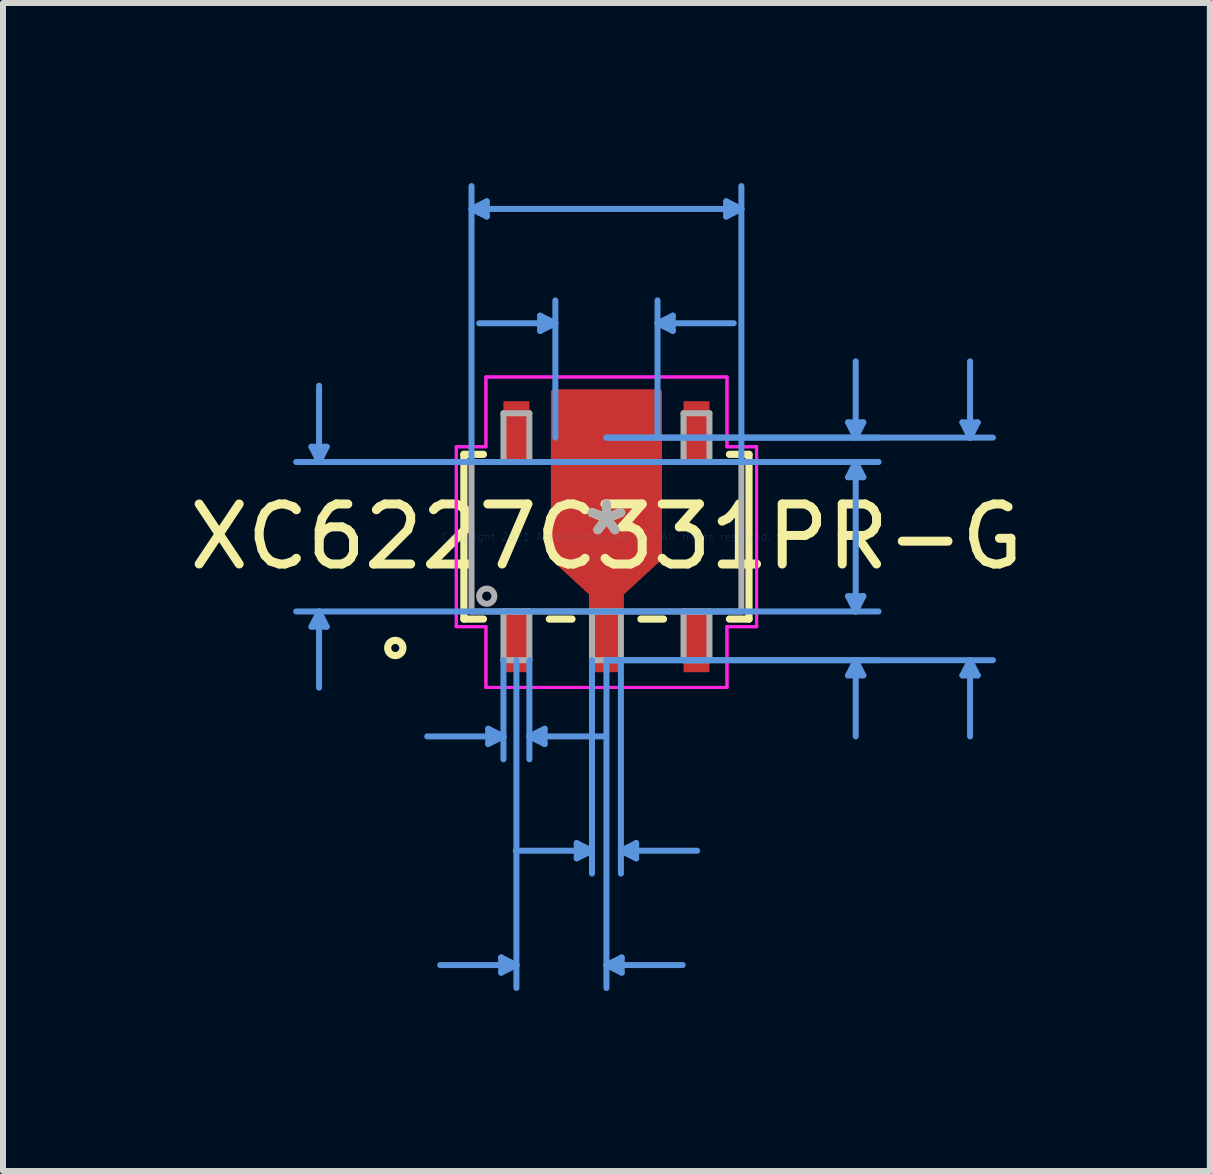
<source format=kicad_pcb>
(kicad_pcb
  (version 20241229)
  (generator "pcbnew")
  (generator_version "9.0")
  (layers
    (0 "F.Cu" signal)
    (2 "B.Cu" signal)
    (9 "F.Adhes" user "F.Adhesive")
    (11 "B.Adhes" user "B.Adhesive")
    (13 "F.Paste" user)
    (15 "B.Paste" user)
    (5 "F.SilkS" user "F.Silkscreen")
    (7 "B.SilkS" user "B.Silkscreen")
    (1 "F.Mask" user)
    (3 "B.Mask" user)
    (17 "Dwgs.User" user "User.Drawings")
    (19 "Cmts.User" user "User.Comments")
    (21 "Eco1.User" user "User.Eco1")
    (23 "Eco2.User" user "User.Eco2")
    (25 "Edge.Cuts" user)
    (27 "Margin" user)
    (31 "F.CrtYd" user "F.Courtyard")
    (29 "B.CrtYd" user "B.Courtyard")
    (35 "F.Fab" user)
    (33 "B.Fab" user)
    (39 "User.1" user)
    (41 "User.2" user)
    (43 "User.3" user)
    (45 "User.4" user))
  (footprint "XC6227C331PR-G"
    (layer "F.Cu")
    (at 7.054 5.892)
    (property "Reference" "XC6227C331PR-G" (at 0 0 0) (layer "F.SilkS") (effects (font (size 1 1) (thickness 0.15))))
    (attr through_hole)
    (fp_poly (pts (xy -0.241 1.245) (xy -0.241 0.94) (xy -0.876 0.355) (xy -0.876 -2.407) (xy -0.241 -2.407) (xy 0.241 -2.407) (xy 0.876 -2.407) (xy 0.876 0.355) (xy 0.241 0.94) (xy 0.241 1.245)) (stroke (width 0.1) (type solid)) (fill yes) (layer "F.Cu"))
    (fp_poly (pts (xy -0.241 1.245) (xy -0.241 0.94) (xy -0.876 0.355) (xy -0.876 -2.407) (xy -0.241 -2.407) (xy 0.241 -2.407) (xy 0.876 -2.407) (xy 0.876 0.355) (xy 0.241 0.94) (xy 0.241 1.245)) (stroke (width 0.1) (type solid)) (fill yes) (layer "F.Mask"))
    (fp_line (start -2.375 -1.372) (end -2.375 1.372) (stroke (width 0.12) (type solid)) (layer "F.SilkS"))
    (fp_line (start -2.375 1.372) (end -2.049 1.372) (stroke (width 0.12) (type solid)) (layer "F.SilkS"))
    (fp_line (start -2.049 -1.372) (end -2.375 -1.372) (stroke (width 0.12) (type solid)) (layer "F.SilkS"))
    (fp_line (start -0.951 1.372) (end -0.574 1.372) (stroke (width 0.12) (type solid)) (layer "F.SilkS"))
    (fp_line (start 0.574 1.372) (end 0.951 1.372) (stroke (width 0.12) (type solid)) (layer "F.SilkS"))
    (fp_line (start 2.049 1.372) (end 2.375 1.372) (stroke (width 0.12) (type solid)) (layer "F.SilkS"))
    (fp_line (start 2.375 -1.372) (end 2.049 -1.372) (stroke (width 0.12) (type solid)) (layer "F.SilkS"))
    (fp_line (start 2.375 1.372) (end 2.375 -1.372) (stroke (width 0.12) (type solid)) (layer "F.SilkS"))
    (fp_circle (center -3.518 1.854) (end -3.391 1.854) (stroke (width 0.12) (type solid)) (fill no) (layer "F.SilkS"))
    (fp_poly (pts (xy -0.241 1.245) (xy -0.241 0.94) (xy -0.876 0.355) (xy -0.876 -2.407) (xy -0.241 -2.407) (xy 0.241 -2.407) (xy 0.876 -2.407) (xy 0.876 0.355) (xy 0.241 0.94) (xy 0.241 1.245)) (stroke (width 0.1) (type solid)) (fill yes) (layer "F.Paste"))
    (fp_line (start -4.915 -1.499) (end -4.661 -1.499) (stroke (width 0.1) (type solid)) (layer "Cmts.User"))
    (fp_line (start -4.915 1.499) (end -4.661 1.499) (stroke (width 0.1) (type solid)) (layer "Cmts.User"))
    (fp_line (start -4.788 -1.245) (end -4.915 -1.499) (stroke (width 0.1) (type solid)) (layer "Cmts.User"))
    (fp_line (start -4.788 -1.245) (end -4.788 -2.515) (stroke (width 0.1) (type solid)) (layer "Cmts.User"))
    (fp_line (start -4.788 -1.245) (end -4.661 -1.499) (stroke (width 0.1) (type solid)) (layer "Cmts.User"))
    (fp_line (start -4.788 1.245) (end -4.915 1.499) (stroke (width 0.1) (type solid)) (layer "Cmts.User"))
    (fp_line (start -4.788 1.245) (end -4.788 2.515) (stroke (width 0.1) (type solid)) (layer "Cmts.User"))
    (fp_line (start -4.788 1.245) (end -4.661 1.499) (stroke (width 0.1) (type solid)) (layer "Cmts.User"))
    (fp_line (start -2.248 -5.461) (end -1.994 -5.588) (stroke (width 0.1) (type solid)) (layer "Cmts.User"))
    (fp_line (start -2.248 -5.461) (end -1.994 -5.334) (stroke (width 0.1) (type solid)) (layer "Cmts.User"))
    (fp_line (start -2.248 -5.461) (end 2.248 -5.461) (stroke (width 0.1) (type solid)) (layer "Cmts.User"))
    (fp_line (start -2.248 -1.245) (end -2.248 -5.842) (stroke (width 0.1) (type solid)) (layer "Cmts.User"))
    (fp_line (start -1.994 -5.588) (end -1.994 -5.334) (stroke (width 0.1) (type solid)) (layer "Cmts.User"))
    (fp_line (start -1.97 3.2) (end -1.97 3.454) (stroke (width 0.1) (type solid)) (layer "Cmts.User"))
    (fp_line (start -1.754 7.01) (end -1.754 7.264) (stroke (width 0.1) (type solid)) (layer "Cmts.User"))
    (fp_line (start -1.716 2.057) (end -1.716 3.708) (stroke (width 0.1) (type solid)) (layer "Cmts.User"))
    (fp_line (start -1.716 3.327) (end -2.986 3.327) (stroke (width 0.1) (type solid)) (layer "Cmts.User"))
    (fp_line (start -1.716 3.327) (end -1.97 3.2) (stroke (width 0.1) (type solid)) (layer "Cmts.User"))
    (fp_line (start -1.716 3.327) (end -1.97 3.454) (stroke (width 0.1) (type solid)) (layer "Cmts.User"))
    (fp_line (start -1.5 2.057) (end -1.5 7.518) (stroke (width 0.1) (type solid)) (layer "Cmts.User"))
    (fp_line (start -1.5 7.137) (end -2.77 7.137) (stroke (width 0.1) (type solid)) (layer "Cmts.User"))
    (fp_line (start -1.5 7.137) (end -1.754 7.01) (stroke (width 0.1) (type solid)) (layer "Cmts.User"))
    (fp_line (start -1.5 7.137) (end -1.754 7.264) (stroke (width 0.1) (type solid)) (layer "Cmts.User"))
    (fp_line (start -1.284 2.057) (end -1.284 3.708) (stroke (width 0.1) (type solid)) (layer "Cmts.User"))
    (fp_line (start -1.284 3.327) (end -1.03 3.2) (stroke (width 0.1) (type solid)) (layer "Cmts.User"))
    (fp_line (start -1.284 3.327) (end -1.03 3.454) (stroke (width 0.1) (type solid)) (layer "Cmts.User"))
    (fp_line (start -1.284 3.327) (end -0.014 3.327) (stroke (width 0.1) (type solid)) (layer "Cmts.User"))
    (fp_line (start -1.105 -3.683) (end -1.105 -3.429) (stroke (width 0.1) (type solid)) (layer "Cmts.User"))
    (fp_line (start -1.03 3.2) (end -1.03 3.454) (stroke (width 0.1) (type solid)) (layer "Cmts.User"))
    (fp_line (start -0.851 -3.556) (end -2.121 -3.556) (stroke (width 0.1) (type solid)) (layer "Cmts.User"))
    (fp_line (start -0.851 -3.556) (end -1.105 -3.683) (stroke (width 0.1) (type solid)) (layer "Cmts.User"))
    (fp_line (start -0.851 -3.556) (end -1.105 -3.429) (stroke (width 0.1) (type solid)) (layer "Cmts.User"))
    (fp_line (start -0.851 -1.651) (end -0.851 -3.937) (stroke (width 0.1) (type solid)) (layer "Cmts.User"))
    (fp_line (start -0.495 5.105) (end -0.495 5.359) (stroke (width 0.1) (type solid)) (layer "Cmts.User"))
    (fp_line (start -0.241 2.057) (end -0.241 5.613) (stroke (width 0.1) (type solid)) (layer "Cmts.User"))
    (fp_line (start -0.241 5.232) (end -1.511 5.232) (stroke (width 0.1) (type solid)) (layer "Cmts.User"))
    (fp_line (start -0.241 5.232) (end -0.495 5.105) (stroke (width 0.1) (type solid)) (layer "Cmts.User"))
    (fp_line (start -0.241 5.232) (end -0.495 5.359) (stroke (width 0.1) (type solid)) (layer "Cmts.User"))
    (fp_line (start 0 -1.651) (end 4.534 -1.651) (stroke (width 0.1) (type solid)) (layer "Cmts.User"))
    (fp_line (start 0 -1.651) (end 6.439 -1.651) (stroke (width 0.1) (type solid)) (layer "Cmts.User"))
    (fp_line (start 0 -1.245) (end -5.169 -1.245) (stroke (width 0.1) (type solid)) (layer "Cmts.User"))
    (fp_line (start 0 -1.245) (end 4.534 -1.245) (stroke (width 0.1) (type solid)) (layer "Cmts.User"))
    (fp_line (start 0 1.245) (end -5.169 1.245) (stroke (width 0.1) (type solid)) (layer "Cmts.User"))
    (fp_line (start 0 1.245) (end 4.534 1.245) (stroke (width 0.1) (type solid)) (layer "Cmts.User"))
    (fp_line (start 0 2.057) (end 0 7.518) (stroke (width 0.1) (type solid)) (layer "Cmts.User"))
    (fp_line (start 0 2.057) (end 4.534 2.057) (stroke (width 0.1) (type solid)) (layer "Cmts.User"))
    (fp_line (start 0 2.057) (end 6.439 2.057) (stroke (width 0.1) (type solid)) (layer "Cmts.User"))
    (fp_line (start 0 7.137) (end 0.254 7.01) (stroke (width 0.1) (type solid)) (layer "Cmts.User"))
    (fp_line (start 0 7.137) (end 0.254 7.264) (stroke (width 0.1) (type solid)) (layer "Cmts.User"))
    (fp_line (start 0 7.137) (end 1.27 7.137) (stroke (width 0.1) (type solid)) (layer "Cmts.User"))
    (fp_line (start 0.241 2.057) (end 0.241 5.613) (stroke (width 0.1) (type solid)) (layer "Cmts.User"))
    (fp_line (start 0.241 5.232) (end 0.495 5.105) (stroke (width 0.1) (type solid)) (layer "Cmts.User"))
    (fp_line (start 0.241 5.232) (end 0.495 5.359) (stroke (width 0.1) (type solid)) (layer "Cmts.User"))
    (fp_line (start 0.241 5.232) (end 1.511 5.232) (stroke (width 0.1) (type solid)) (layer "Cmts.User"))
    (fp_line (start 0.254 7.01) (end 0.254 7.264) (stroke (width 0.1) (type solid)) (layer "Cmts.User"))
    (fp_line (start 0.495 5.105) (end 0.495 5.359) (stroke (width 0.1) (type solid)) (layer "Cmts.User"))
    (fp_line (start 0.851 -3.556) (end 1.105 -3.683) (stroke (width 0.1) (type solid)) (layer "Cmts.User"))
    (fp_line (start 0.851 -3.556) (end 1.105 -3.429) (stroke (width 0.1) (type solid)) (layer "Cmts.User"))
    (fp_line (start 0.851 -3.556) (end 2.121 -3.556) (stroke (width 0.1) (type solid)) (layer "Cmts.User"))
    (fp_line (start 0.851 -1.651) (end 0.851 -3.937) (stroke (width 0.1) (type solid)) (layer "Cmts.User"))
    (fp_line (start 1.105 -3.683) (end 1.105 -3.429) (stroke (width 0.1) (type solid)) (layer "Cmts.User"))
    (fp_line (start 1.994 -5.588) (end 1.994 -5.334) (stroke (width 0.1) (type solid)) (layer "Cmts.User"))
    (fp_line (start 2.248 -5.461) (end 1.994 -5.588) (stroke (width 0.1) (type solid)) (layer "Cmts.User"))
    (fp_line (start 2.248 -5.461) (end 1.994 -5.334) (stroke (width 0.1) (type solid)) (layer "Cmts.User"))
    (fp_line (start 2.248 -1.245) (end 2.248 -5.842) (stroke (width 0.1) (type solid)) (layer "Cmts.User"))
    (fp_line (start 4.026 -1.905) (end 4.28 -1.905) (stroke (width 0.1) (type solid)) (layer "Cmts.User"))
    (fp_line (start 4.026 -0.991) (end 4.28 -0.991) (stroke (width 0.1) (type solid)) (layer "Cmts.User"))
    (fp_line (start 4.026 0.991) (end 4.28 0.991) (stroke (width 0.1) (type solid)) (layer "Cmts.User"))
    (fp_line (start 4.026 2.311) (end 4.28 2.311) (stroke (width 0.1) (type solid)) (layer "Cmts.User"))
    (fp_line (start 4.153 -1.651) (end 4.026 -1.905) (stroke (width 0.1) (type solid)) (layer "Cmts.User"))
    (fp_line (start 4.153 -1.651) (end 4.153 -2.921) (stroke (width 0.1) (type solid)) (layer "Cmts.User"))
    (fp_line (start 4.153 -1.651) (end 4.28 -1.905) (stroke (width 0.1) (type solid)) (layer "Cmts.User"))
    (fp_line (start 4.153 -1.245) (end 4.026 -0.991) (stroke (width 0.1) (type solid)) (layer "Cmts.User"))
    (fp_line (start 4.153 -1.245) (end 4.153 0.025) (stroke (width 0.1) (type solid)) (layer "Cmts.User"))
    (fp_line (start 4.153 -1.245) (end 4.28 -0.991) (stroke (width 0.1) (type solid)) (layer "Cmts.User"))
    (fp_line (start 4.153 1.245) (end 4.026 0.991) (stroke (width 0.1) (type solid)) (layer "Cmts.User"))
    (fp_line (start 4.153 1.245) (end 4.153 -0.025) (stroke (width 0.1) (type solid)) (layer "Cmts.User"))
    (fp_line (start 4.153 1.245) (end 4.28 0.991) (stroke (width 0.1) (type solid)) (layer "Cmts.User"))
    (fp_line (start 4.153 2.057) (end 4.026 2.311) (stroke (width 0.1) (type solid)) (layer "Cmts.User"))
    (fp_line (start 4.153 2.057) (end 4.153 3.327) (stroke (width 0.1) (type solid)) (layer "Cmts.User"))
    (fp_line (start 4.153 2.057) (end 4.28 2.311) (stroke (width 0.1) (type solid)) (layer "Cmts.User"))
    (fp_line (start 5.931 -1.905) (end 6.185 -1.905) (stroke (width 0.1) (type solid)) (layer "Cmts.User"))
    (fp_line (start 5.931 2.311) (end 6.185 2.311) (stroke (width 0.1) (type solid)) (layer "Cmts.User"))
    (fp_line (start 6.058 -1.651) (end 5.931 -1.905) (stroke (width 0.1) (type solid)) (layer "Cmts.User"))
    (fp_line (start 6.058 -1.651) (end 6.058 -2.921) (stroke (width 0.1) (type solid)) (layer "Cmts.User"))
    (fp_line (start 6.058 -1.651) (end 6.185 -1.905) (stroke (width 0.1) (type solid)) (layer "Cmts.User"))
    (fp_line (start 6.058 2.057) (end 5.931 2.311) (stroke (width 0.1) (type solid)) (layer "Cmts.User"))
    (fp_line (start 6.058 2.057) (end 6.058 3.327) (stroke (width 0.1) (type solid)) (layer "Cmts.User"))
    (fp_line (start 6.058 2.057) (end 6.185 2.311) (stroke (width 0.1) (type solid)) (layer "Cmts.User"))
    (fp_line (start -2.502 -1.499) (end -2.008 -1.499) (stroke (width 0.05) (type solid)) (layer "F.CrtYd"))
    (fp_line (start -2.502 -1.499) (end -2.008 -1.499) (stroke (width 0.05) (type solid)) (layer "F.CrtYd"))
    (fp_line (start -2.502 1.499) (end -2.502 -1.499) (stroke (width 0.05) (type solid)) (layer "F.CrtYd"))
    (fp_line (start -2.502 1.499) (end -2.502 -1.499) (stroke (width 0.05) (type solid)) (layer "F.CrtYd"))
    (fp_line (start -2.008 -2.661) (end 2.008 -2.661) (stroke (width 0.05) (type solid)) (layer "F.CrtYd"))
    (fp_line (start -2.008 -2.661) (end 2.008 -2.661) (stroke (width 0.05) (type solid)) (layer "F.CrtYd"))
    (fp_line (start -2.008 -1.499) (end -2.008 -2.661) (stroke (width 0.05) (type solid)) (layer "F.CrtYd"))
    (fp_line (start -2.008 -1.499) (end -2.008 -2.661) (stroke (width 0.05) (type solid)) (layer "F.CrtYd"))
    (fp_line (start -2.008 1.499) (end -2.502 1.499) (stroke (width 0.05) (type solid)) (layer "F.CrtYd"))
    (fp_line (start -2.008 1.499) (end -2.502 1.499) (stroke (width 0.05) (type solid)) (layer "F.CrtYd"))
    (fp_line (start -2.008 2.511) (end -2.008 1.499) (stroke (width 0.05) (type solid)) (layer "F.CrtYd"))
    (fp_line (start -2.008 2.511) (end -2.008 1.499) (stroke (width 0.05) (type solid)) (layer "F.CrtYd"))
    (fp_line (start 2.008 -2.661) (end 2.008 -1.499) (stroke (width 0.05) (type solid)) (layer "F.CrtYd"))
    (fp_line (start 2.008 -2.661) (end 2.008 -1.499) (stroke (width 0.05) (type solid)) (layer "F.CrtYd"))
    (fp_line (start 2.008 -1.499) (end 2.502 -1.499) (stroke (width 0.05) (type solid)) (layer "F.CrtYd"))
    (fp_line (start 2.008 -1.499) (end 2.502 -1.499) (stroke (width 0.05) (type solid)) (layer "F.CrtYd"))
    (fp_line (start 2.008 1.499) (end 2.008 2.511) (stroke (width 0.05) (type solid)) (layer "F.CrtYd"))
    (fp_line (start 2.008 1.499) (end 2.008 2.511) (stroke (width 0.05) (type solid)) (layer "F.CrtYd"))
    (fp_line (start 2.008 2.511) (end -2.008 2.511) (stroke (width 0.05) (type solid)) (layer "F.CrtYd"))
    (fp_line (start 2.008 2.511) (end -2.008 2.511) (stroke (width 0.05) (type solid)) (layer "F.CrtYd"))
    (fp_line (start 2.502 -1.499) (end 2.502 1.499) (stroke (width 0.05) (type solid)) (layer "F.CrtYd"))
    (fp_line (start 2.502 -1.499) (end 2.502 1.499) (stroke (width 0.05) (type solid)) (layer "F.CrtYd"))
    (fp_line (start 2.502 1.499) (end 2.008 1.499) (stroke (width 0.05) (type solid)) (layer "F.CrtYd"))
    (fp_line (start 2.502 1.499) (end 2.008 1.499) (stroke (width 0.05) (type solid)) (layer "F.CrtYd"))
    (fp_line (start -2.248 -1.245) (end -2.248 1.245) (stroke (width 0.1) (type solid)) (layer "F.Fab"))
    (fp_line (start -2.248 1.245) (end 2.248 1.245) (stroke (width 0.1) (type solid)) (layer "F.Fab"))
    (fp_line (start -1.716 -2.057) (end -1.716 -1.245) (stroke (width 0.1) (type solid)) (layer "F.Fab"))
    (fp_line (start -1.716 -1.245) (end -1.284 -1.245) (stroke (width 0.1) (type solid)) (layer "F.Fab"))
    (fp_line (start -1.716 1.245) (end -1.716 2.057) (stroke (width 0.1) (type solid)) (layer "F.Fab"))
    (fp_line (start -1.716 2.057) (end -1.284 2.057) (stroke (width 0.1) (type solid)) (layer "F.Fab"))
    (fp_line (start -1.284 -2.057) (end -1.716 -2.057) (stroke (width 0.1) (type solid)) (layer "F.Fab"))
    (fp_line (start -1.284 -1.245) (end -1.284 -2.057) (stroke (width 0.1) (type solid)) (layer "F.Fab"))
    (fp_line (start -1.284 1.245) (end -1.716 1.245) (stroke (width 0.1) (type solid)) (layer "F.Fab"))
    (fp_line (start -1.284 2.057) (end -1.284 1.245) (stroke (width 0.1) (type solid)) (layer "F.Fab"))
    (fp_line (start -0.241 1.245) (end -0.241 2.057) (stroke (width 0.1) (type solid)) (layer "F.Fab"))
    (fp_line (start -0.241 2.057) (end 0.241 2.057) (stroke (width 0.1) (type solid)) (layer "F.Fab"))
    (fp_line (start 0.241 1.245) (end -0.241 1.245) (stroke (width 0.1) (type solid)) (layer "F.Fab"))
    (fp_line (start 0.241 2.057) (end 0.241 1.245) (stroke (width 0.1) (type solid)) (layer "F.Fab"))
    (fp_line (start 1.284 -2.057) (end 1.284 -1.245) (stroke (width 0.1) (type solid)) (layer "F.Fab"))
    (fp_line (start 1.284 -1.245) (end 1.716 -1.245) (stroke (width 0.1) (type solid)) (layer "F.Fab"))
    (fp_line (start 1.284 1.245) (end 1.284 2.057) (stroke (width 0.1) (type solid)) (layer "F.Fab"))
    (fp_line (start 1.284 2.057) (end 1.716 2.057) (stroke (width 0.1) (type solid)) (layer "F.Fab"))
    (fp_line (start 1.716 -2.057) (end 1.284 -2.057) (stroke (width 0.1) (type solid)) (layer "F.Fab"))
    (fp_line (start 1.716 -1.245) (end 1.716 -2.057) (stroke (width 0.1) (type solid)) (layer "F.Fab"))
    (fp_line (start 1.716 1.245) (end 1.284 1.245) (stroke (width 0.1) (type solid)) (layer "F.Fab"))
    (fp_line (start 1.716 2.057) (end 1.716 1.245) (stroke (width 0.1) (type solid)) (layer "F.Fab"))
    (fp_line (start 2.248 -1.245) (end -2.248 -1.245) (stroke (width 0.1) (type solid)) (layer "F.Fab"))
    (fp_line (start 2.248 1.245) (end 2.248 -1.245) (stroke (width 0.1) (type solid)) (layer "F.Fab"))
    (fp_circle (center -1.994 0.991) (end -1.867 0.991) (stroke (width 0.1) (type solid)) (fill no) (layer "F.Fab"))
    (fp_text user "*" (at 0 0 0) (layer "F.SilkS") (effects (font (size 1 1) (thickness 0.15))))
    (fp_text user "Copyright 2021 Accelerated Designs. All rights reserved." (at 0 0 0) (layer "Cmts.User") (effects (font (size 0.127 0.127) (thickness 0.002))))
    (fp_text user "*" (at 0 0 0) (layer "F.Fab") (effects (font (size 1 1) (thickness 0.15))))
    (pad "1" smd rect (at -1.5 1.751) (size 0.432 1.013) (layers "F.Cu" "F.Mask" "F.Paste"))
    (pad "2" smd rect (at 0 1.751) (size 0.483 1.013) (layers "F.Cu" "F.Mask" "F.Paste"))
    (pad "3" smd rect (at 1.5 1.751) (size 0.432 1.013) (layers "F.Cu" "F.Mask" "F.Paste"))
    (pad "4" smd rect (at 1.5 -1.751) (size 0.432 1.013) (layers "F.Cu" "F.Mask" "F.Paste"))
    (pad "5" smd rect (at -1.5 -1.751) (size 0.432 1.013) (layers "F.Cu" "F.Mask" "F.Paste")))
  (gr_rect
    (start -3 -3)
    (end 17.107 16.46)
    (stroke (width 0.1) (type default))
    (fill no)
    (layer "Edge.Cuts")))
</source>
